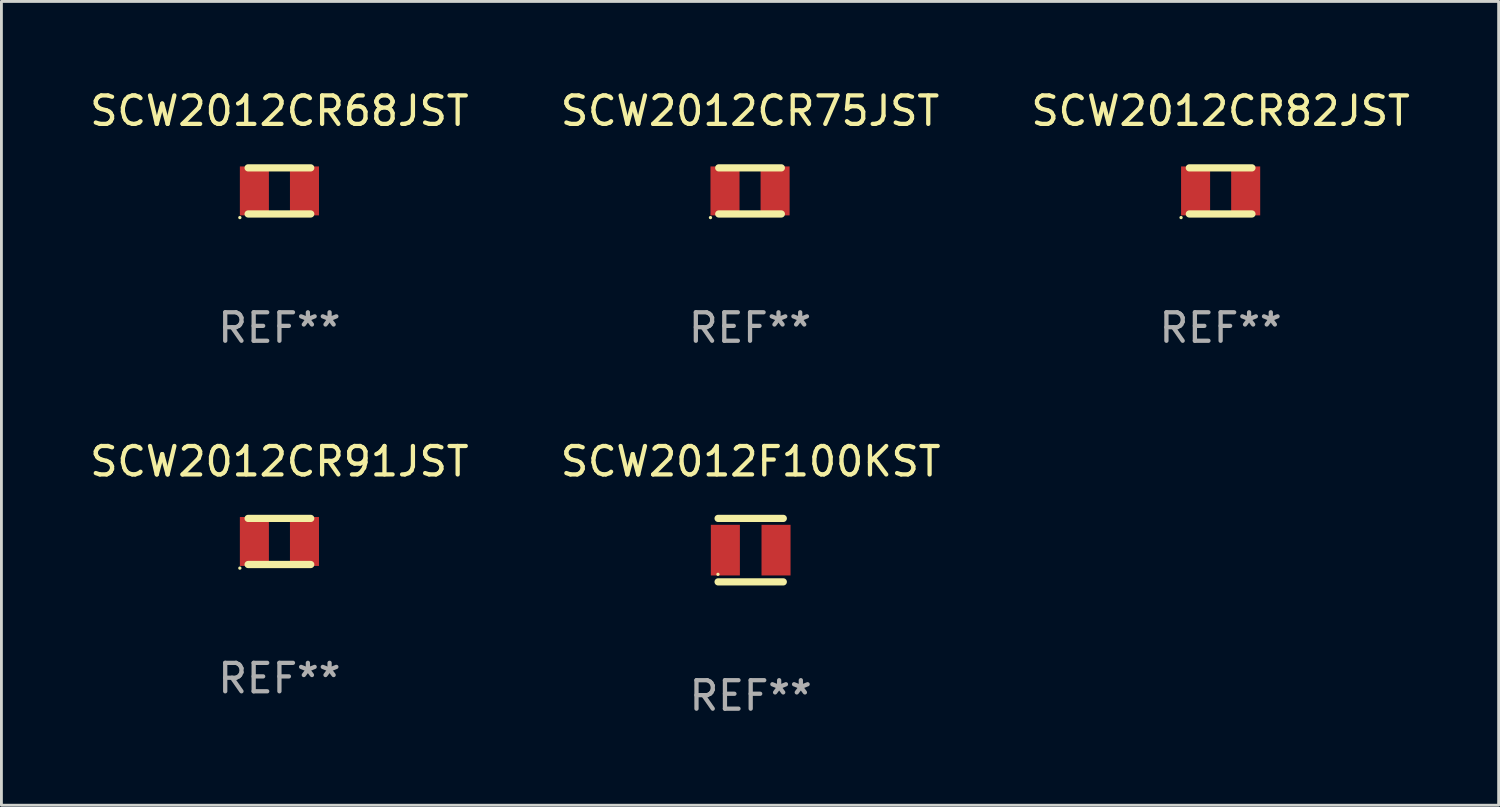
<source format=kicad_pcb>
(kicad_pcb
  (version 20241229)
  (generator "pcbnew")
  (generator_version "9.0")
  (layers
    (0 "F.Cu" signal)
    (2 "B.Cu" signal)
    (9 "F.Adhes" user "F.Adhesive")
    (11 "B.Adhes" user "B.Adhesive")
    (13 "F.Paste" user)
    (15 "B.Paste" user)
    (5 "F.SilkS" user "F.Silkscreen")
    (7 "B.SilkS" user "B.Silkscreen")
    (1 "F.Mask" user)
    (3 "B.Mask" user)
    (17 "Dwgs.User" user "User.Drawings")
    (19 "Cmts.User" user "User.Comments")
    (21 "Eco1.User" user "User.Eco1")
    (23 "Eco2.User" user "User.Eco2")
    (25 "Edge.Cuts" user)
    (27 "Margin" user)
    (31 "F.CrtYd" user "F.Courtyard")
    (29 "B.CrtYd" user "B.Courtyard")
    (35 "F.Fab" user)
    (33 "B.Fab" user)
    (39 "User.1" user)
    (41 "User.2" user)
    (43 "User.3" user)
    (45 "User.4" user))
  (footprint "SCW2012CR91JST"
    (layer "F.Cu")
    (at 6.768 15.975)
    (property "Reference" "SCW2012CR91JST" (at 0 -2.81 0) (layer "F.SilkS") (effects (font (size 1 1) (thickness 0.15))))
    (attr through_hole)
    (fp_line (start -1.1 -0.81) (end 1.1 -0.81) (stroke (width 0.254) (type solid)) (layer "F.SilkS"))
    (fp_line (start -1.1 0.81) (end 1.1 0.81) (stroke (width 0.254) (type solid)) (layer "F.SilkS"))
    (fp_circle (center -1.39 0.937) (end -1.36 0.937) (stroke (width 0.06) (type solid)) (fill no) (layer "F.SilkS"))
    (fp_text user "REF**" (at 0 4.81 0) (layer "F.Fab") (effects (font (size 1 1) (thickness 0.15))))
    (pad "1" smd rect (at -0.88 0 270) (size 1.72 1.02) (layers "F.Cu" "F.Mask" "F.Paste"))
    (pad "2" smd rect (at 0.88 0 90) (size 1.72 1.02) (layers "F.Cu" "F.Mask" "F.Paste")))
  (footprint "SCW2012CR75JST"
    (layer "F.Cu")
    (at 23.304 3.658)
    (property "Reference" "SCW2012CR75JST" (at 0 -2.81 0) (layer "F.SilkS") (effects (font (size 1 1) (thickness 0.15))))
    (attr through_hole)
    (fp_line (start -1.1 -0.81) (end 1.1 -0.81) (stroke (width 0.254) (type solid)) (layer "F.SilkS"))
    (fp_line (start -1.1 0.81) (end 1.1 0.81) (stroke (width 0.254) (type solid)) (layer "F.SilkS"))
    (fp_circle (center -1.39 0.937) (end -1.36 0.937) (stroke (width 0.06) (type solid)) (fill no) (layer "F.SilkS"))
    (fp_text user "REF**" (at 0 4.81 0) (layer "F.Fab") (effects (font (size 1 1) (thickness 0.15))))
    (pad "1" smd rect (at -0.88 0) (size 1.02 1.72) (layers "F.Cu" "F.Mask" "F.Paste"))
    (pad "2" smd rect (at 0.88 0) (size 1.02 1.72) (layers "F.Cu" "F.Mask" "F.Paste")))
  (footprint "SCW2012CR68JST"
    (layer "F.Cu")
    (at 6.768 3.658)
    (property "Reference" "SCW2012CR68JST" (at 0 -2.81 0) (layer "F.SilkS") (effects (font (size 1 1) (thickness 0.15))))
    (attr through_hole)
    (fp_line (start -1.1 -0.81) (end 1.1 -0.81) (stroke (width 0.254) (type solid)) (layer "F.SilkS"))
    (fp_line (start -1.1 0.81) (end 1.1 0.81) (stroke (width 0.254) (type solid)) (layer "F.SilkS"))
    (fp_circle (center -1.39 0.937) (end -1.36 0.937) (stroke (width 0.06) (type solid)) (fill no) (layer "F.SilkS"))
    (fp_text user "REF**" (at 0 4.81 0) (layer "F.Fab") (effects (font (size 1 1) (thickness 0.15))))
    (pad "1" smd rect (at -0.88 0 270) (size 1.72 1.02) (layers "F.Cu" "F.Mask" "F.Paste"))
    (pad "2" smd rect (at 0.88 0 90) (size 1.72 1.02) (layers "F.Cu" "F.Mask" "F.Paste")))
  (footprint "SCW2012F100KST"
    (layer "F.Cu")
    (at 23.327 16.28)
    (property "Reference" "SCW2012F100KST" (at 0 -3.115 0) (layer "F.SilkS") (effects (font (size 1 1) (thickness 0.15))))
    (attr through_hole)
    (fp_line (start -1.145 -1.115) (end 1.145 -1.115) (stroke (width 0.254) (type solid)) (layer "F.SilkS"))
    (fp_line (start -1.145 1.115) (end 1.145 1.115) (stroke (width 0.254) (type solid)) (layer "F.SilkS"))
    (fp_circle (center -1.15 0.85) (end -1.12 0.85) (stroke (width 0.06) (type solid)) (fill no) (layer "F.SilkS"))
    (fp_text user "REF**" (at 0 5.115 0) (layer "F.Fab") (effects (font (size 1 1) (thickness 0.15))))
    (pad "1" smd rect (at -0.89 0 90) (size 1.78 1.02) (layers "F.Cu" "F.Mask" "F.Paste"))
    (pad "2" smd rect (at 0.89 0 90) (size 1.78 1.02) (layers "F.Cu" "F.Mask" "F.Paste")))
  (footprint "SCW2012CR82JST"
    (layer "F.Cu")
    (at 39.839 3.658)
    (property "Reference" "SCW2012CR82JST" (at 0 -2.81 0) (layer "F.SilkS") (effects (font (size 1 1) (thickness 0.15))))
    (attr through_hole)
    (fp_line (start -1.1 -0.81) (end 1.1 -0.81) (stroke (width 0.254) (type solid)) (layer "F.SilkS"))
    (fp_line (start -1.1 0.81) (end 1.1 0.81) (stroke (width 0.254) (type solid)) (layer "F.SilkS"))
    (fp_circle (center -1.39 0.937) (end -1.36 0.937) (stroke (width 0.06) (type solid)) (fill no) (layer "F.SilkS"))
    (fp_text user "REF**" (at 0 4.81 0) (layer "F.Fab") (effects (font (size 1 1) (thickness 0.15))))
    (pad "1" smd rect (at -0.88 0) (size 1.02 1.72) (layers "F.Cu" "F.Mask" "F.Paste"))
    (pad "2" smd rect (at 0.88 0) (size 1.02 1.72) (layers "F.Cu" "F.Mask" "F.Paste")))
  (gr_rect
    (start -3 -3)
    (end 49.607 25.243)
    (stroke (width 0.1) (type default))
    (fill no)
    (layer "Edge.Cuts")))
</source>
